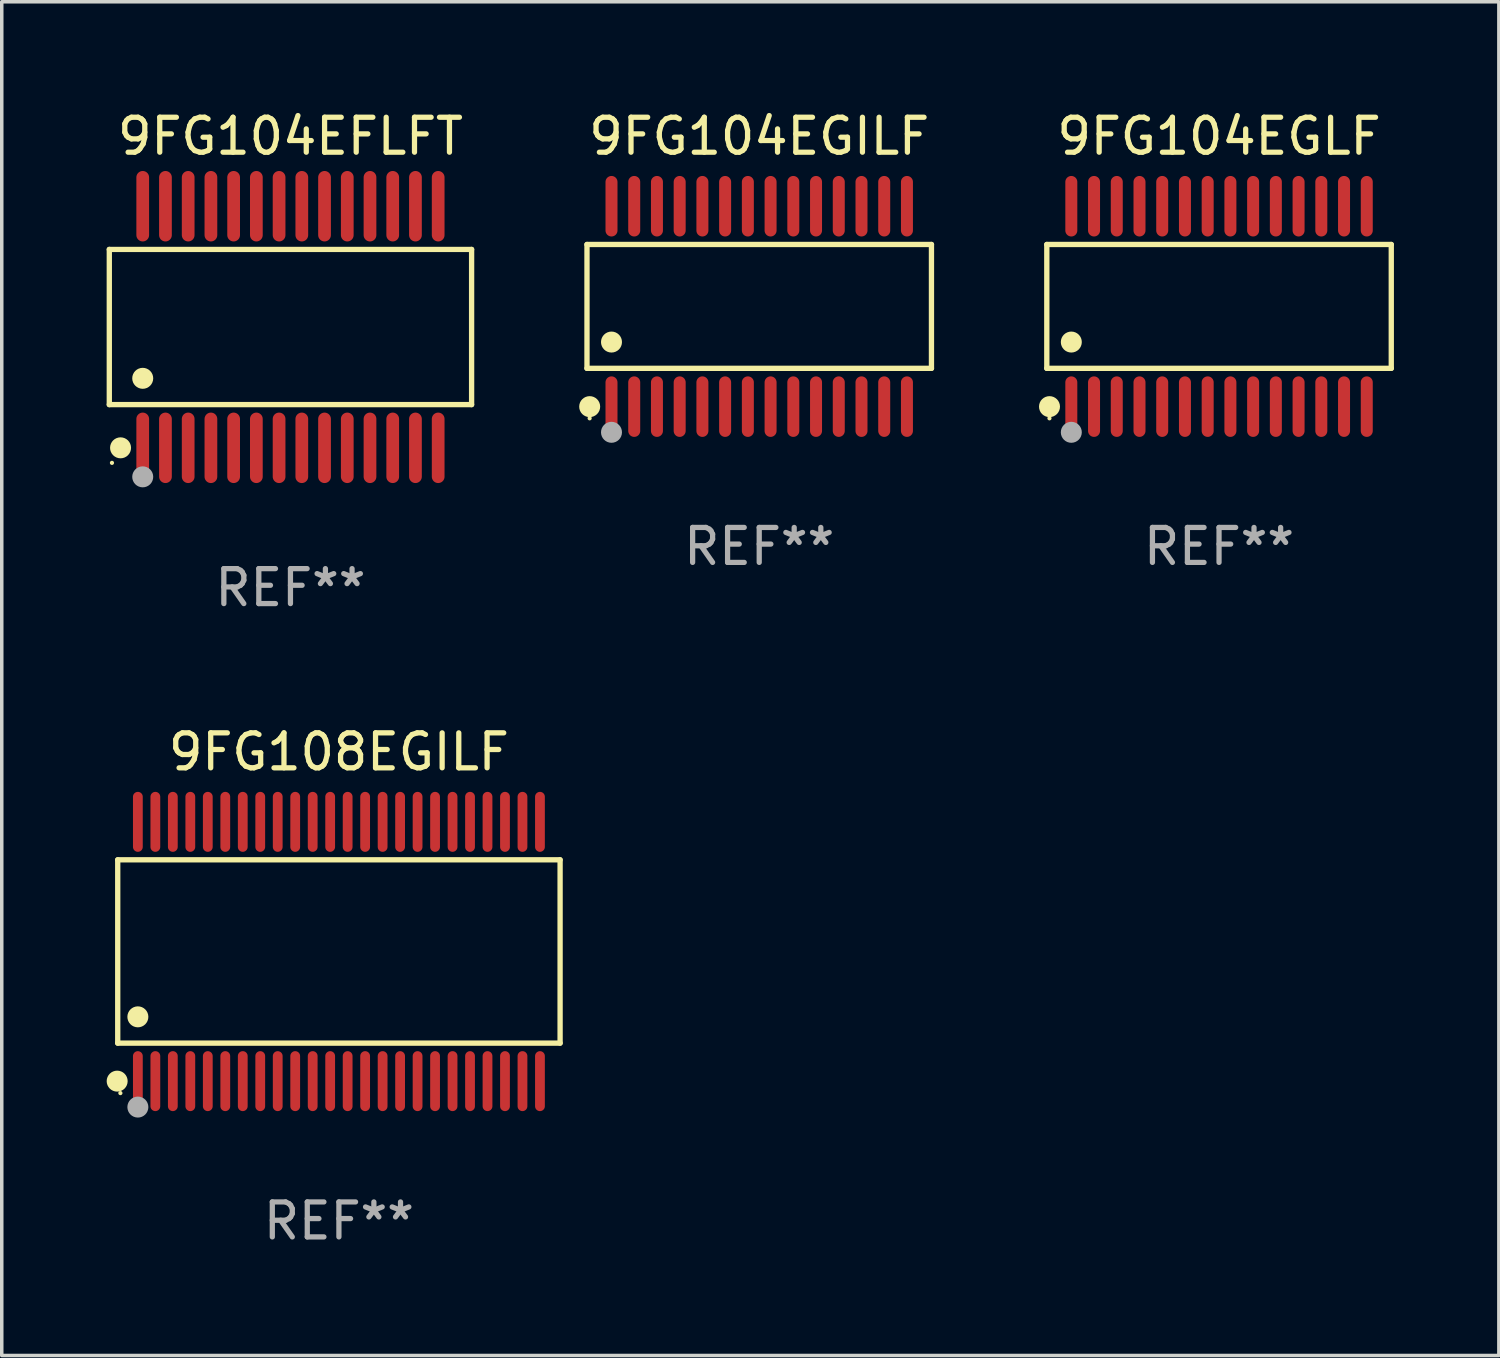
<source format=kicad_pcb>
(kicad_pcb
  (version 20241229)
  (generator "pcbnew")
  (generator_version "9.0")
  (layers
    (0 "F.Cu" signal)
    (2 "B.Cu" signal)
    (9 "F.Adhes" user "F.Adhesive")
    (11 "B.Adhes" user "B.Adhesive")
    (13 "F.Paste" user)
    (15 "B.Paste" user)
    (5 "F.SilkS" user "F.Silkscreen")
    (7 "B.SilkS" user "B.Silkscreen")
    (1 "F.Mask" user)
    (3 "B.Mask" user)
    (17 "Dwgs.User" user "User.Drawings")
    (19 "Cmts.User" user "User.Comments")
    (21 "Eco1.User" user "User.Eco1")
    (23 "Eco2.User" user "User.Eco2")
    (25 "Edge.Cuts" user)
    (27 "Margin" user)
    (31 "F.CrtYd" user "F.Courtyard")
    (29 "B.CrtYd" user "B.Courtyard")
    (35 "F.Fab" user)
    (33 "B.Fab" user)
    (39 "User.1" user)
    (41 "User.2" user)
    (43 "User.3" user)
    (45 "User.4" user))
  (footprint "9FG108EGILF"
    (layer "F.Cu")
    (at 6.643 24.163)
    (property "Reference" "9FG108EGILF" (at 0 -5.708 0) (layer "F.SilkS") (effects (font (size 1 1) (thickness 0.15))))
    (attr through_hole)
    (fp_line (start -6.326 -2.622) (end 6.326 -2.622) (stroke (width 0.152) (type solid)) (layer "F.SilkS"))
    (fp_line (start -6.326 2.621) (end -6.326 -2.622) (stroke (width 0.152) (type solid)) (layer "F.SilkS"))
    (fp_line (start 6.326 -2.622) (end 6.326 2.621) (stroke (width 0.152) (type solid)) (layer "F.SilkS"))
    (fp_line (start 6.326 2.621) (end -6.326 2.621) (stroke (width 0.152) (type solid)) (layer "F.SilkS"))
    (fp_circle (center -6.342 3.708) (end -6.192 3.708) (stroke (width 0.3) (type solid)) (fill no) (layer "F.SilkS"))
    (fp_circle (center -6.25 4.05) (end -6.22 4.05) (stroke (width 0.06) (type solid)) (fill no) (layer "F.SilkS"))
    (fp_circle (center -5.75 1.869) (end -5.6 1.869) (stroke (width 0.3) (type solid)) (fill no) (layer "F.SilkS"))
    (fp_circle (center -5.75 4.45) (end -5.6 4.45) (stroke (width 0.3) (type solid)) (fill no) (layer "F.Fab"))
    (fp_text user "REF**" (at 0 7.708 0) (layer "F.Fab") (effects (font (size 1 1) (thickness 0.15))))
    (pad "1" smd oval (at -5.75 3.708) (size 0.28 1.715) (layers "F.Cu" "F.Mask" "F.Paste"))
    (pad "2" smd oval (at -5.25 3.708) (size 0.28 1.715) (layers "F.Cu" "F.Mask" "F.Paste"))
    (pad "3" smd oval (at -4.75 3.708) (size 0.28 1.715) (layers "F.Cu" "F.Mask" "F.Paste"))
    (pad "4" smd oval (at -4.25 3.708) (size 0.28 1.715) (layers "F.Cu" "F.Mask" "F.Paste"))
    (pad "5" smd oval (at -3.75 3.708) (size 0.28 1.715) (layers "F.Cu" "F.Mask" "F.Paste"))
    (pad "6" smd oval (at -3.25 3.708) (size 0.28 1.715) (layers "F.Cu" "F.Mask" "F.Paste"))
    (pad "7" smd oval (at -2.75 3.708) (size 0.28 1.715) (layers "F.Cu" "F.Mask" "F.Paste"))
    (pad "8" smd oval (at -2.25 3.708) (size 0.28 1.715) (layers "F.Cu" "F.Mask" "F.Paste"))
    (pad "9" smd oval (at -1.75 3.708) (size 0.28 1.715) (layers "F.Cu" "F.Mask" "F.Paste"))
    (pad "10" smd oval (at -1.25 3.708) (size 0.28 1.715) (layers "F.Cu" "F.Mask" "F.Paste"))
    (pad "11" smd oval (at -0.75 3.708) (size 0.28 1.715) (layers "F.Cu" "F.Mask" "F.Paste"))
    (pad "12" smd oval (at -0.25 3.708) (size 0.28 1.715) (layers "F.Cu" "F.Mask" "F.Paste"))
    (pad "13" smd oval (at 0.25 3.708) (size 0.28 1.715) (layers "F.Cu" "F.Mask" "F.Paste"))
    (pad "14" smd oval (at 0.75 3.708) (size 0.28 1.715) (layers "F.Cu" "F.Mask" "F.Paste"))
    (pad "15" smd oval (at 1.25 3.708) (size 0.28 1.715) (layers "F.Cu" "F.Mask" "F.Paste"))
    (pad "16" smd oval (at 1.75 3.708) (size 0.28 1.715) (layers "F.Cu" "F.Mask" "F.Paste"))
    (pad "17" smd oval (at 2.25 3.708) (size 0.28 1.715) (layers "F.Cu" "F.Mask" "F.Paste"))
    (pad "18" smd oval (at 2.75 3.708) (size 0.28 1.715) (layers "F.Cu" "F.Mask" "F.Paste"))
    (pad "19" smd oval (at 3.25 3.708) (size 0.28 1.715) (layers "F.Cu" "F.Mask" "F.Paste"))
    (pad "20" smd oval (at 3.75 3.708) (size 0.28 1.715) (layers "F.Cu" "F.Mask" "F.Paste"))
    (pad "21" smd oval (at 4.25 3.708) (size 0.28 1.715) (layers "F.Cu" "F.Mask" "F.Paste"))
    (pad "22" smd oval (at 4.75 3.708) (size 0.28 1.715) (layers "F.Cu" "F.Mask" "F.Paste"))
    (pad "23" smd oval (at 5.25 3.708) (size 0.28 1.715) (layers "F.Cu" "F.Mask" "F.Paste"))
    (pad "24" smd oval (at 5.75 3.708) (size 0.28 1.715) (layers "F.Cu" "F.Mask" "F.Paste"))
    (pad "25" smd oval (at 5.75 -3.708) (size 0.28 1.715) (layers "F.Cu" "F.Mask" "F.Paste"))
    (pad "26" smd oval (at 5.25 -3.708) (size 0.28 1.715) (layers "F.Cu" "F.Mask" "F.Paste"))
    (pad "27" smd oval (at 4.75 -3.708) (size 0.28 1.715) (layers "F.Cu" "F.Mask" "F.Paste"))
    (pad "28" smd oval (at 4.25 -3.708) (size 0.28 1.715) (layers "F.Cu" "F.Mask" "F.Paste"))
    (pad "29" smd oval (at 3.75 -3.708) (size 0.28 1.715) (layers "F.Cu" "F.Mask" "F.Paste"))
    (pad "30" smd oval (at 3.25 -3.708) (size 0.28 1.715) (layers "F.Cu" "F.Mask" "F.Paste"))
    (pad "31" smd oval (at 2.75 -3.708) (size 0.28 1.715) (layers "F.Cu" "F.Mask" "F.Paste"))
    (pad "32" smd oval (at 2.25 -3.708) (size 0.28 1.715) (layers "F.Cu" "F.Mask" "F.Paste"))
    (pad "33" smd oval (at 1.75 -3.708) (size 0.28 1.715) (layers "F.Cu" "F.Mask" "F.Paste"))
    (pad "34" smd oval (at 1.25 -3.708) (size 0.28 1.715) (layers "F.Cu" "F.Mask" "F.Paste"))
    (pad "35" smd oval (at 0.75 -3.708) (size 0.28 1.715) (layers "F.Cu" "F.Mask" "F.Paste"))
    (pad "36" smd oval (at 0.25 -3.708) (size 0.28 1.715) (layers "F.Cu" "F.Mask" "F.Paste"))
    (pad "37" smd oval (at -0.25 -3.708) (size 0.28 1.715) (layers "F.Cu" "F.Mask" "F.Paste"))
    (pad "38" smd oval (at -0.75 -3.708) (size 0.28 1.715) (layers "F.Cu" "F.Mask" "F.Paste"))
    (pad "39" smd oval (at -1.25 -3.708) (size 0.28 1.715) (layers "F.Cu" "F.Mask" "F.Paste"))
    (pad "40" smd oval (at -1.75 -3.708) (size 0.28 1.715) (layers "F.Cu" "F.Mask" "F.Paste"))
    (pad "41" smd oval (at -2.25 -3.708) (size 0.28 1.715) (layers "F.Cu" "F.Mask" "F.Paste"))
    (pad "42" smd oval (at -2.75 -3.708) (size 0.28 1.715) (layers "F.Cu" "F.Mask" "F.Paste"))
    (pad "43" smd oval (at -3.25 -3.708) (size 0.28 1.715) (layers "F.Cu" "F.Mask" "F.Paste"))
    (pad "44" smd oval (at -3.75 -3.708) (size 0.28 1.715) (layers "F.Cu" "F.Mask" "F.Paste"))
    (pad "45" smd oval (at -4.25 -3.708) (size 0.28 1.715) (layers "F.Cu" "F.Mask" "F.Paste"))
    (pad "46" smd oval (at -4.75 -3.708) (size 0.28 1.715) (layers "F.Cu" "F.Mask" "F.Paste"))
    (pad "47" smd oval (at -5.25 -3.708) (size 0.28 1.715) (layers "F.Cu" "F.Mask" "F.Paste"))
    (pad "48" smd oval (at -5.75 -3.708) (size 0.28 1.715) (layers "F.Cu" "F.Mask" "F.Paste")))
  (footprint "9FG104EGILF"
    (layer "F.Cu")
    (at 18.664 5.714)
    (property "Reference" "9FG104EGILF" (at 0 -4.866 0) (layer "F.SilkS") (effects (font (size 1 1) (thickness 0.15))))
    (attr through_hole)
    (fp_line (start -4.926 -1.772) (end 4.926 -1.772) (stroke (width 0.152) (type solid)) (layer "F.SilkS"))
    (fp_line (start -4.926 1.771) (end -4.926 -1.772) (stroke (width 0.152) (type solid)) (layer "F.SilkS"))
    (fp_line (start 4.926 -1.772) (end 4.926 1.771) (stroke (width 0.152) (type solid)) (layer "F.SilkS"))
    (fp_line (start 4.926 1.771) (end -4.926 1.771) (stroke (width 0.152) (type solid)) (layer "F.SilkS"))
    (fp_circle (center -4.85 3.2) (end -4.82 3.2) (stroke (width 0.06) (type solid)) (fill no) (layer "F.SilkS"))
    (fp_circle (center -4.849 2.866) (end -4.699 2.866) (stroke (width 0.3) (type solid)) (fill no) (layer "F.SilkS"))
    (fp_circle (center -4.225 1.019) (end -4.075 1.019) (stroke (width 0.3) (type solid)) (fill no) (layer "F.SilkS"))
    (fp_circle (center -4.225 3.6) (end -4.075 3.6) (stroke (width 0.3) (type solid)) (fill no) (layer "F.Fab"))
    (fp_text user "REF**" (at 0 6.866 0) (layer "F.Fab") (effects (font (size 1 1) (thickness 0.15))))
    (pad "1" smd oval (at -4.225 2.866) (size 0.343 1.731) (layers "F.Cu" "F.Mask" "F.Paste"))
    (pad "2" smd oval (at -3.575 2.866) (size 0.343 1.731) (layers "F.Cu" "F.Mask" "F.Paste"))
    (pad "3" smd oval (at -2.925 2.866) (size 0.343 1.731) (layers "F.Cu" "F.Mask" "F.Paste"))
    (pad "4" smd oval (at -2.275 2.866) (size 0.343 1.731) (layers "F.Cu" "F.Mask" "F.Paste"))
    (pad "5" smd oval (at -1.625 2.866) (size 0.343 1.731) (layers "F.Cu" "F.Mask" "F.Paste"))
    (pad "6" smd oval (at -0.975 2.866) (size 0.343 1.731) (layers "F.Cu" "F.Mask" "F.Paste"))
    (pad "7" smd oval (at -0.325 2.866) (size 0.343 1.731) (layers "F.Cu" "F.Mask" "F.Paste"))
    (pad "8" smd oval (at 0.325 2.866) (size 0.343 1.731) (layers "F.Cu" "F.Mask" "F.Paste"))
    (pad "9" smd oval (at 0.975 2.866) (size 0.343 1.731) (layers "F.Cu" "F.Mask" "F.Paste"))
    (pad "10" smd oval (at 1.625 2.866) (size 0.343 1.731) (layers "F.Cu" "F.Mask" "F.Paste"))
    (pad "11" smd oval (at 2.275 2.866) (size 0.343 1.731) (layers "F.Cu" "F.Mask" "F.Paste"))
    (pad "12" smd oval (at 2.925 2.866) (size 0.343 1.731) (layers "F.Cu" "F.Mask" "F.Paste"))
    (pad "13" smd oval (at 3.575 2.866) (size 0.343 1.731) (layers "F.Cu" "F.Mask" "F.Paste"))
    (pad "14" smd oval (at 4.225 2.866) (size 0.343 1.731) (layers "F.Cu" "F.Mask" "F.Paste"))
    (pad "15" smd oval (at 4.225 -2.866) (size 0.343 1.731) (layers "F.Cu" "F.Mask" "F.Paste"))
    (pad "16" smd oval (at 3.575 -2.866) (size 0.343 1.731) (layers "F.Cu" "F.Mask" "F.Paste"))
    (pad "17" smd oval (at 2.925 -2.866) (size 0.343 1.731) (layers "F.Cu" "F.Mask" "F.Paste"))
    (pad "18" smd oval (at 2.275 -2.866) (size 0.343 1.731) (layers "F.Cu" "F.Mask" "F.Paste"))
    (pad "19" smd oval (at 1.625 -2.866) (size 0.343 1.731) (layers "F.Cu" "F.Mask" "F.Paste"))
    (pad "20" smd oval (at 0.975 -2.866) (size 0.343 1.731) (layers "F.Cu" "F.Mask" "F.Paste"))
    (pad "21" smd oval (at 0.325 -2.866) (size 0.343 1.731) (layers "F.Cu" "F.Mask" "F.Paste"))
    (pad "22" smd oval (at -0.325 -2.866) (size 0.343 1.731) (layers "F.Cu" "F.Mask" "F.Paste"))
    (pad "23" smd oval (at -0.975 -2.866) (size 0.343 1.731) (layers "F.Cu" "F.Mask" "F.Paste"))
    (pad "24" smd oval (at -1.625 -2.866) (size 0.343 1.731) (layers "F.Cu" "F.Mask" "F.Paste"))
    (pad "25" smd oval (at -2.275 -2.866) (size 0.343 1.731) (layers "F.Cu" "F.Mask" "F.Paste"))
    (pad "26" smd oval (at -2.925 -2.866) (size 0.343 1.731) (layers "F.Cu" "F.Mask" "F.Paste"))
    (pad "27" smd oval (at -3.575 -2.866) (size 0.343 1.731) (layers "F.Cu" "F.Mask" "F.Paste"))
    (pad "28" smd oval (at -4.225 -2.866) (size 0.343 1.731) (layers "F.Cu" "F.Mask" "F.Paste")))
  (footprint "9FG104EGLF"
    (layer "F.Cu")
    (at 31.815 5.714)
    (property "Reference" "9FG104EGLF" (at 0 -4.866 0) (layer "F.SilkS") (effects (font (size 1 1) (thickness 0.15))))
    (attr through_hole)
    (fp_line (start -4.926 -1.772) (end 4.926 -1.772) (stroke (width 0.152) (type solid)) (layer "F.SilkS"))
    (fp_line (start -4.926 1.771) (end -4.926 -1.772) (stroke (width 0.152) (type solid)) (layer "F.SilkS"))
    (fp_line (start 4.926 -1.772) (end 4.926 1.771) (stroke (width 0.152) (type solid)) (layer "F.SilkS"))
    (fp_line (start 4.926 1.771) (end -4.926 1.771) (stroke (width 0.152) (type solid)) (layer "F.SilkS"))
    (fp_circle (center -4.85 3.2) (end -4.82 3.2) (stroke (width 0.06) (type solid)) (fill no) (layer "F.SilkS"))
    (fp_circle (center -4.849 2.866) (end -4.699 2.866) (stroke (width 0.3) (type solid)) (fill no) (layer "F.SilkS"))
    (fp_circle (center -4.225 1.019) (end -4.075 1.019) (stroke (width 0.3) (type solid)) (fill no) (layer "F.SilkS"))
    (fp_circle (center -4.225 3.6) (end -4.075 3.6) (stroke (width 0.3) (type solid)) (fill no) (layer "F.Fab"))
    (fp_text user "REF**" (at 0 6.866 0) (layer "F.Fab") (effects (font (size 1 1) (thickness 0.15))))
    (pad "1" smd oval (at -4.225 2.866) (size 0.343 1.731) (layers "F.Cu" "F.Mask" "F.Paste"))
    (pad "2" smd oval (at -3.575 2.866) (size 0.343 1.731) (layers "F.Cu" "F.Mask" "F.Paste"))
    (pad "3" smd oval (at -2.925 2.866) (size 0.343 1.731) (layers "F.Cu" "F.Mask" "F.Paste"))
    (pad "4" smd oval (at -2.275 2.866) (size 0.343 1.731) (layers "F.Cu" "F.Mask" "F.Paste"))
    (pad "5" smd oval (at -1.625 2.866) (size 0.343 1.731) (layers "F.Cu" "F.Mask" "F.Paste"))
    (pad "6" smd oval (at -0.975 2.866) (size 0.343 1.731) (layers "F.Cu" "F.Mask" "F.Paste"))
    (pad "7" smd oval (at -0.325 2.866) (size 0.343 1.731) (layers "F.Cu" "F.Mask" "F.Paste"))
    (pad "8" smd oval (at 0.325 2.866) (size 0.343 1.731) (layers "F.Cu" "F.Mask" "F.Paste"))
    (pad "9" smd oval (at 0.975 2.866) (size 0.343 1.731) (layers "F.Cu" "F.Mask" "F.Paste"))
    (pad "10" smd oval (at 1.625 2.866) (size 0.343 1.731) (layers "F.Cu" "F.Mask" "F.Paste"))
    (pad "11" smd oval (at 2.275 2.866) (size 0.343 1.731) (layers "F.Cu" "F.Mask" "F.Paste"))
    (pad "12" smd oval (at 2.925 2.866) (size 0.343 1.731) (layers "F.Cu" "F.Mask" "F.Paste"))
    (pad "13" smd oval (at 3.575 2.866) (size 0.343 1.731) (layers "F.Cu" "F.Mask" "F.Paste"))
    (pad "14" smd oval (at 4.225 2.866) (size 0.343 1.731) (layers "F.Cu" "F.Mask" "F.Paste"))
    (pad "15" smd oval (at 4.225 -2.866) (size 0.343 1.731) (layers "F.Cu" "F.Mask" "F.Paste"))
    (pad "16" smd oval (at 3.575 -2.866) (size 0.343 1.731) (layers "F.Cu" "F.Mask" "F.Paste"))
    (pad "17" smd oval (at 2.925 -2.866) (size 0.343 1.731) (layers "F.Cu" "F.Mask" "F.Paste"))
    (pad "18" smd oval (at 2.275 -2.866) (size 0.343 1.731) (layers "F.Cu" "F.Mask" "F.Paste"))
    (pad "19" smd oval (at 1.625 -2.866) (size 0.343 1.731) (layers "F.Cu" "F.Mask" "F.Paste"))
    (pad "20" smd oval (at 0.975 -2.866) (size 0.343 1.731) (layers "F.Cu" "F.Mask" "F.Paste"))
    (pad "21" smd oval (at 0.325 -2.866) (size 0.343 1.731) (layers "F.Cu" "F.Mask" "F.Paste"))
    (pad "22" smd oval (at -0.325 -2.866) (size 0.343 1.731) (layers "F.Cu" "F.Mask" "F.Paste"))
    (pad "23" smd oval (at -0.975 -2.866) (size 0.343 1.731) (layers "F.Cu" "F.Mask" "F.Paste"))
    (pad "24" smd oval (at -1.625 -2.866) (size 0.343 1.731) (layers "F.Cu" "F.Mask" "F.Paste"))
    (pad "25" smd oval (at -2.275 -2.866) (size 0.343 1.731) (layers "F.Cu" "F.Mask" "F.Paste"))
    (pad "26" smd oval (at -2.925 -2.866) (size 0.343 1.731) (layers "F.Cu" "F.Mask" "F.Paste"))
    (pad "27" smd oval (at -3.575 -2.866) (size 0.343 1.731) (layers "F.Cu" "F.Mask" "F.Paste"))
    (pad "28" smd oval (at -4.225 -2.866) (size 0.343 1.731) (layers "F.Cu" "F.Mask" "F.Paste")))
  (footprint "9FG104EFLFT"
    (layer "F.Cu")
    (at 5.257 6.303)
    (property "Reference" "9FG104EFLFT" (at 0 -5.455 0) (layer "F.SilkS") (effects (font (size 1 1) (thickness 0.15))))
    (attr through_hole)
    (fp_line (start -5.181 -2.219) (end 5.181 -2.219) (stroke (width 0.152) (type solid)) (layer "F.SilkS"))
    (fp_line (start -5.181 2.219) (end -5.181 -2.219) (stroke (width 0.152) (type solid)) (layer "F.SilkS"))
    (fp_line (start 5.181 -2.219) (end 5.181 2.219) (stroke (width 0.152) (type solid)) (layer "F.SilkS"))
    (fp_line (start 5.181 2.219) (end -5.181 2.219) (stroke (width 0.152) (type solid)) (layer "F.SilkS"))
    (fp_circle (center -5.105 3.885) (end -5.075 3.885) (stroke (width 0.06) (type solid)) (fill no) (layer "F.SilkS"))
    (fp_circle (center -4.859 3.455) (end -4.709 3.455) (stroke (width 0.3) (type solid)) (fill no) (layer "F.SilkS"))
    (fp_circle (center -4.225 1.467) (end -4.075 1.467) (stroke (width 0.3) (type solid)) (fill no) (layer "F.SilkS"))
    (fp_circle (center -4.225 4.285) (end -4.075 4.285) (stroke (width 0.3) (type solid)) (fill no) (layer "F.Fab"))
    (fp_text user "REF**" (at 0 7.455 0) (layer "F.Fab") (effects (font (size 1 1) (thickness 0.15))))
    (pad "1" smd oval (at -4.225 3.455) (size 0.364 2.015) (layers "F.Cu" "F.Mask" "F.Paste"))
    (pad "2" smd oval (at -3.575 3.455) (size 0.364 2.015) (layers "F.Cu" "F.Mask" "F.Paste"))
    (pad "3" smd oval (at -2.925 3.455) (size 0.364 2.015) (layers "F.Cu" "F.Mask" "F.Paste"))
    (pad "4" smd oval (at -2.275 3.455) (size 0.364 2.015) (layers "F.Cu" "F.Mask" "F.Paste"))
    (pad "5" smd oval (at -1.625 3.455) (size 0.364 2.015) (layers "F.Cu" "F.Mask" "F.Paste"))
    (pad "6" smd oval (at -0.975 3.455) (size 0.364 2.015) (layers "F.Cu" "F.Mask" "F.Paste"))
    (pad "7" smd oval (at -0.325 3.455) (size 0.364 2.015) (layers "F.Cu" "F.Mask" "F.Paste"))
    (pad "8" smd oval (at 0.325 3.455) (size 0.364 2.015) (layers "F.Cu" "F.Mask" "F.Paste"))
    (pad "9" smd oval (at 0.975 3.455) (size 0.364 2.015) (layers "F.Cu" "F.Mask" "F.Paste"))
    (pad "10" smd oval (at 1.625 3.455) (size 0.364 2.015) (layers "F.Cu" "F.Mask" "F.Paste"))
    (pad "11" smd oval (at 2.275 3.455) (size 0.364 2.015) (layers "F.Cu" "F.Mask" "F.Paste"))
    (pad "12" smd oval (at 2.925 3.455) (size 0.364 2.015) (layers "F.Cu" "F.Mask" "F.Paste"))
    (pad "13" smd oval (at 3.575 3.455) (size 0.364 2.015) (layers "F.Cu" "F.Mask" "F.Paste"))
    (pad "14" smd oval (at 4.225 3.455) (size 0.364 2.015) (layers "F.Cu" "F.Mask" "F.Paste"))
    (pad "15" smd oval (at 4.225 -3.455) (size 0.364 2.015) (layers "F.Cu" "F.Mask" "F.Paste"))
    (pad "16" smd oval (at 3.575 -3.455) (size 0.364 2.015) (layers "F.Cu" "F.Mask" "F.Paste"))
    (pad "17" smd oval (at 2.925 -3.455) (size 0.364 2.015) (layers "F.Cu" "F.Mask" "F.Paste"))
    (pad "18" smd oval (at 2.275 -3.455) (size 0.364 2.015) (layers "F.Cu" "F.Mask" "F.Paste"))
    (pad "19" smd oval (at 1.625 -3.455) (size 0.364 2.015) (layers "F.Cu" "F.Mask" "F.Paste"))
    (pad "20" smd oval (at 0.975 -3.455) (size 0.364 2.015) (layers "F.Cu" "F.Mask" "F.Paste"))
    (pad "21" smd oval (at 0.325 -3.455) (size 0.364 2.015) (layers "F.Cu" "F.Mask" "F.Paste"))
    (pad "22" smd oval (at -0.325 -3.455) (size 0.364 2.015) (layers "F.Cu" "F.Mask" "F.Paste"))
    (pad "23" smd oval (at -0.975 -3.455) (size 0.364 2.015) (layers "F.Cu" "F.Mask" "F.Paste"))
    (pad "24" smd oval (at -1.625 -3.455) (size 0.364 2.015) (layers "F.Cu" "F.Mask" "F.Paste"))
    (pad "25" smd oval (at -2.275 -3.455) (size 0.364 2.015) (layers "F.Cu" "F.Mask" "F.Paste"))
    (pad "26" smd oval (at -2.925 -3.455) (size 0.364 2.015) (layers "F.Cu" "F.Mask" "F.Paste"))
    (pad "27" smd oval (at -3.575 -3.455) (size 0.364 2.015) (layers "F.Cu" "F.Mask" "F.Paste"))
    (pad "28" smd oval (at -4.225 -3.455) (size 0.364 2.015) (layers "F.Cu" "F.Mask" "F.Paste")))
  (gr_rect
    (start -3 -3)
    (end 39.818 35.718)
    (stroke (width 0.1) (type default))
    (fill no)
    (layer "Edge.Cuts")))
</source>
